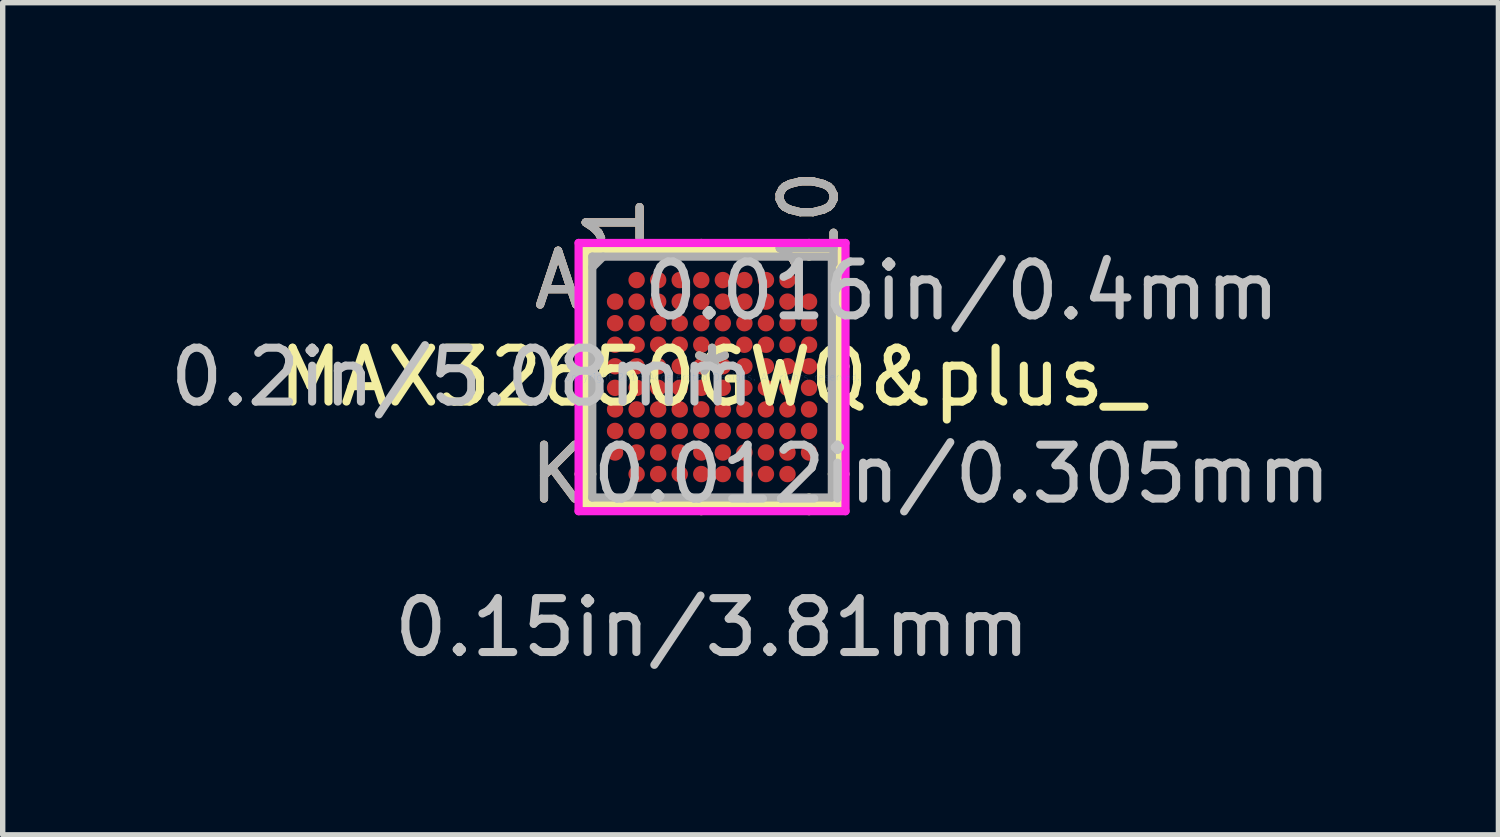
<source format=kicad_pcb>
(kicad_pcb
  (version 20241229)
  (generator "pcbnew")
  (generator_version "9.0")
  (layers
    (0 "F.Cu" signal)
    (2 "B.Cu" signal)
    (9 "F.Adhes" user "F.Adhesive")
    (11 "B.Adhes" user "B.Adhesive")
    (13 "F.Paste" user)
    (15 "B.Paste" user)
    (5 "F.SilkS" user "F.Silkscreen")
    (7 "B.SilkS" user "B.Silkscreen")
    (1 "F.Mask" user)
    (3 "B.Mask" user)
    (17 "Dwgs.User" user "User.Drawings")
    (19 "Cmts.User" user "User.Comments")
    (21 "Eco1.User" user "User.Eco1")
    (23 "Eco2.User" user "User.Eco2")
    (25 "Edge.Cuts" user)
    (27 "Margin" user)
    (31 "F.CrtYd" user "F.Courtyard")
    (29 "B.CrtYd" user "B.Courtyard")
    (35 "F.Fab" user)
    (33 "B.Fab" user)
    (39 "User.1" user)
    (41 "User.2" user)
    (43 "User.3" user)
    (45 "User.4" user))
  (footprint "MAX32650GWQ&plus_"
    (layer "F.Cu")
    (at 10.165 3.948)
    (property "Reference" "MAX32650GWQ&plus_" (at 0 0 0) (layer "F.SilkS") (effects (font (size 1 1) (thickness 0.15))))
    (attr through_hole)
    (fp_line (start -2.349 -2.362) (end -2.349 2.362) (stroke (width 0.152) (type solid)) (layer "F.SilkS"))
    (fp_line (start -2.349 2.362) (end 2.349 2.362) (stroke (width 0.152) (type solid)) (layer "F.SilkS"))
    (fp_line (start -2.285 -0.2) (end -2.477 -0.2) (stroke (width 0.152) (type solid)) (layer "F.SilkS"))
    (fp_line (start -2.223 1.8) (end -2.477 1.8) (stroke (width 0.152) (type solid)) (layer "F.SilkS"))
    (fp_line (start -0.2 -2.285) (end -0.2 -2.489) (stroke (width 0.152) (type solid)) (layer "F.SilkS"))
    (fp_line (start -0.2 2.285) (end -0.2 2.489) (stroke (width 0.152) (type solid)) (layer "F.SilkS"))
    (fp_line (start 1.8 -2.235) (end 1.8 -2.489) (stroke (width 0.152) (type solid)) (layer "F.SilkS"))
    (fp_line (start 1.8 2.235) (end 1.8 2.489) (stroke (width 0.152) (type solid)) (layer "F.SilkS"))
    (fp_line (start 2.223 1.8) (end 2.477 1.8) (stroke (width 0.152) (type solid)) (layer "F.SilkS"))
    (fp_line (start 2.285 -0.2) (end 2.477 -0.2) (stroke (width 0.152) (type solid)) (layer "F.SilkS"))
    (fp_line (start 2.349 -2.362) (end -2.349 -2.362) (stroke (width 0.152) (type solid)) (layer "F.SilkS"))
    (fp_line (start 2.349 2.362) (end 2.349 -2.362) (stroke (width 0.152) (type solid)) (layer "F.SilkS"))
    (fp_line (start -2.477 -2.489) (end 2.477 -2.489) (stroke (width 0.152) (type solid)) (layer "F.CrtYd"))
    (fp_line (start -2.477 2.489) (end -2.477 -2.489) (stroke (width 0.152) (type solid)) (layer "F.CrtYd"))
    (fp_line (start 2.477 -2.489) (end 2.477 2.489) (stroke (width 0.152) (type solid)) (layer "F.CrtYd"))
    (fp_line (start 2.477 2.489) (end -2.477 2.489) (stroke (width 0.152) (type solid)) (layer "F.CrtYd"))
    (fp_line (start -2.223 -2.235) (end -2.223 2.235) (stroke (width 0.152) (type solid)) (layer "F.Fab"))
    (fp_line (start -2.223 2.235) (end 2.223 2.235) (stroke (width 0.152) (type solid)) (layer "F.Fab"))
    (fp_line (start -2.022 -2.235) (end -2.223 -2.035) (stroke (width 0.152) (type solid)) (layer "F.Fab"))
    (fp_line (start 2.223 -2.235) (end -2.223 -2.235) (stroke (width 0.152) (type solid)) (layer "F.Fab"))
    (fp_line (start 2.223 2.235) (end 2.223 -2.235) (stroke (width 0.152) (type solid)) (layer "F.Fab"))
    (fp_text user "K" (at -2.857 1.8 0) (layer "F.SilkS") (effects (font (size 1 1) (thickness 0.15))))
    (fp_text user "10" (at 1.8 -2.87 90) (layer "F.SilkS") (effects (font (size 1 1) (thickness 0.15))))
    (fp_text user "A" (at -2.857 -1.8 0) (layer "F.SilkS") (effects (font (size 1 1) (thickness 0.15))))
    (fp_text user "*" (at 0 0 0) (layer "F.SilkS") (effects (font (size 1 1) (thickness 0.15))))
    (fp_text user "1" (at -1.8 -2.87 90) (layer "F.SilkS") (effects (font (size 1 1) (thickness 0.15))))
    (fp_text user "K" (at -2.857 1.8 0) (layer "B.SilkS") (effects (font (size 1 1) (thickness 0.15))))
    (fp_text user "1" (at -1.8 -2.87 90) (layer "B.SilkS") (effects (font (size 1 1) (thickness 0.15))))
    (fp_text user "10" (at 1.8 -2.87 90) (layer "B.SilkS") (effects (font (size 1 1) (thickness 0.15))))
    (fp_text user "A" (at -2.857 -1.8 0) (layer "B.SilkS") (effects (font (size 1 1) (thickness 0.15))))
    (fp_text user "0.012in/0.305mm" (at 4.636 1.8 0) (layer "Dwgs.User") (effects (font (size 1 1) (thickness 0.15))))
    (fp_text user "0.2in/5.08mm" (at -4.636 0 0) (layer "Dwgs.User") (effects (font (size 1 1) (thickness 0.15))))
    (fp_text user "0.016in/0.4mm" (at 4.636 -1.6 0) (layer "Dwgs.User") (effects (font (size 1 1) (thickness 0.15))))
    (fp_text user "0.15in/3.81mm" (at 0 4.648 0) (layer "Dwgs.User") (effects (font (size 1 1) (thickness 0.15))))
    (fp_text user "Copyright 2016 Accelerated Designs. All rights reserved." (at 0 0 0) (layer "Cmts.User") (effects (font (size 0.127 0.127) (thickness 0.002))))
    (fp_text user "K" (at -2.857 1.8 0) (layer "F.Fab") (effects (font (size 1 1) (thickness 0.15))))
    (fp_text user "1" (at -1.8 -2.87 90) (layer "F.Fab") (effects (font (size 1 1) (thickness 0.15))))
    (fp_text user "A" (at -2.857 -1.8 0) (layer "F.Fab") (effects (font (size 1 1) (thickness 0.15))))
    (fp_text user "*" (at 0 0 0) (layer "F.Fab") (effects (font (size 1 1) (thickness 0.15))))
    (fp_text user "10" (at 1.8 -2.87 90) (layer "F.Fab") (effects (font (size 1 1) (thickness 0.15))))
    (pad "A2" smd circle (at -1.4 -1.8) (size 0.305 0.305) (layers "F.Cu" "F.Mask" "F.Paste"))
    (pad "A3" smd circle (at -1 -1.8) (size 0.305 0.305) (layers "F.Cu" "F.Mask" "F.Paste"))
    (pad "A4" smd circle (at -0.6 -1.8) (size 0.305 0.305) (layers "F.Cu" "F.Mask" "F.Paste"))
    (pad "A5" smd circle (at -0.2 -1.8) (size 0.305 0.305) (layers "F.Cu" "F.Mask" "F.Paste"))
    (pad "A6" smd circle (at 0.2 -1.8) (size 0.305 0.305) (layers "F.Cu" "F.Mask" "F.Paste"))
    (pad "A7" smd circle (at 0.6 -1.8) (size 0.305 0.305) (layers "F.Cu" "F.Mask" "F.Paste"))
    (pad "A8" smd circle (at 1 -1.8) (size 0.305 0.305) (layers "F.Cu" "F.Mask" "F.Paste"))
    (pad "A9" smd circle (at 1.4 -1.8) (size 0.305 0.305) (layers "F.Cu" "F.Mask" "F.Paste"))
    (pad "B1" smd circle (at -1.8 -1.4) (size 0.305 0.305) (layers "F.Cu" "F.Mask" "F.Paste"))
    (pad "B2" smd circle (at -1.4 -1.4) (size 0.305 0.305) (layers "F.Cu" "F.Mask" "F.Paste"))
    (pad "B3" smd circle (at -1 -1.4) (size 0.305 0.305) (layers "F.Cu" "F.Mask" "F.Paste"))
    (pad "B4" smd circle (at -0.6 -1.4) (size 0.305 0.305) (layers "F.Cu" "F.Mask" "F.Paste"))
    (pad "B5" smd circle (at -0.2 -1.4) (size 0.305 0.305) (layers "F.Cu" "F.Mask" "F.Paste"))
    (pad "B6" smd circle (at 0.2 -1.4) (size 0.305 0.305) (layers "F.Cu" "F.Mask" "F.Paste"))
    (pad "B7" smd circle (at 0.6 -1.4) (size 0.305 0.305) (layers "F.Cu" "F.Mask" "F.Paste"))
    (pad "B8" smd circle (at 1 -1.4) (size 0.305 0.305) (layers "F.Cu" "F.Mask" "F.Paste"))
    (pad "B9" smd circle (at 1.4 -1.4) (size 0.305 0.305) (layers "F.Cu" "F.Mask" "F.Paste"))
    (pad "B10" smd circle (at 1.8 -1.4) (size 0.305 0.305) (layers "F.Cu" "F.Mask" "F.Paste"))
    (pad "C1" smd circle (at -1.8 -1) (size 0.305 0.305) (layers "F.Cu" "F.Mask" "F.Paste"))
    (pad "C2" smd circle (at -1.4 -1) (size 0.305 0.305) (layers "F.Cu" "F.Mask" "F.Paste"))
    (pad "C3" smd circle (at -1 -1) (size 0.305 0.305) (layers "F.Cu" "F.Mask" "F.Paste"))
    (pad "C4" smd circle (at -0.6 -1) (size 0.305 0.305) (layers "F.Cu" "F.Mask" "F.Paste"))
    (pad "C5" smd circle (at -0.2 -1) (size 0.305 0.305) (layers "F.Cu" "F.Mask" "F.Paste"))
    (pad "C6" smd circle (at 0.2 -1) (size 0.305 0.305) (layers "F.Cu" "F.Mask" "F.Paste"))
    (pad "C7" smd circle (at 0.6 -1) (size 0.305 0.305) (layers "F.Cu" "F.Mask" "F.Paste"))
    (pad "C8" smd circle (at 1 -1) (size 0.305 0.305) (layers "F.Cu" "F.Mask" "F.Paste"))
    (pad "C9" smd circle (at 1.4 -1) (size 0.305 0.305) (layers "F.Cu" "F.Mask" "F.Paste"))
    (pad "C10" smd circle (at 1.8 -1) (size 0.305 0.305) (layers "F.Cu" "F.Mask" "F.Paste"))
    (pad "D1" smd circle (at -1.8 -0.6) (size 0.305 0.305) (layers "F.Cu" "F.Mask" "F.Paste"))
    (pad "D2" smd circle (at -1.4 -0.6) (size 0.305 0.305) (layers "F.Cu" "F.Mask" "F.Paste"))
    (pad "D3" smd circle (at -1 -0.6) (size 0.305 0.305) (layers "F.Cu" "F.Mask" "F.Paste"))
    (pad "D4" smd circle (at -0.6 -0.6) (size 0.305 0.305) (layers "F.Cu" "F.Mask" "F.Paste"))
    (pad "D5" smd circle (at -0.2 -0.6) (size 0.305 0.305) (layers "F.Cu" "F.Mask" "F.Paste"))
    (pad "D6" smd circle (at 0.2 -0.6) (size 0.305 0.305) (layers "F.Cu" "F.Mask" "F.Paste"))
    (pad "D7" smd circle (at 0.6 -0.6) (size 0.305 0.305) (layers "F.Cu" "F.Mask" "F.Paste"))
    (pad "D8" smd circle (at 1 -0.6) (size 0.305 0.305) (layers "F.Cu" "F.Mask" "F.Paste"))
    (pad "D9" smd circle (at 1.4 -0.6) (size 0.305 0.305) (layers "F.Cu" "F.Mask" "F.Paste"))
    (pad "D10" smd circle (at 1.8 -0.6) (size 0.305 0.305) (layers "F.Cu" "F.Mask" "F.Paste"))
    (pad "E1" smd circle (at -1.8 -0.2) (size 0.305 0.305) (layers "F.Cu" "F.Mask" "F.Paste"))
    (pad "E2" smd circle (at -1.4 -0.2) (size 0.305 0.305) (layers "F.Cu" "F.Mask" "F.Paste"))
    (pad "E3" smd circle (at -1 -0.2) (size 0.305 0.305) (layers "F.Cu" "F.Mask" "F.Paste"))
    (pad "E4" smd circle (at -0.6 -0.2) (size 0.305 0.305) (layers "F.Cu" "F.Mask" "F.Paste"))
    (pad "E5" smd circle (at -0.2 -0.2) (size 0.305 0.305) (layers "F.Cu" "F.Mask" "F.Paste"))
    (pad "E6" smd circle (at 0.2 -0.2) (size 0.305 0.305) (layers "F.Cu" "F.Mask" "F.Paste"))
    (pad "E7" smd circle (at 0.6 -0.2) (size 0.305 0.305) (layers "F.Cu" "F.Mask" "F.Paste"))
    (pad "E8" smd circle (at 1 -0.2) (size 0.305 0.305) (layers "F.Cu" "F.Mask" "F.Paste"))
    (pad "E9" smd circle (at 1.4 -0.2) (size 0.305 0.305) (layers "F.Cu" "F.Mask" "F.Paste"))
    (pad "E10" smd circle (at 1.8 -0.2) (size 0.305 0.305) (layers "F.Cu" "F.Mask" "F.Paste"))
    (pad "F1" smd circle (at -1.8 0.2) (size 0.305 0.305) (layers "F.Cu" "F.Mask" "F.Paste"))
    (pad "F2" smd circle (at -1.4 0.2) (size 0.305 0.305) (layers "F.Cu" "F.Mask" "F.Paste"))
    (pad "F3" smd circle (at -1 0.2) (size 0.305 0.305) (layers "F.Cu" "F.Mask" "F.Paste"))
    (pad "F4" smd circle (at -0.6 0.2) (size 0.305 0.305) (layers "F.Cu" "F.Mask" "F.Paste"))
    (pad "F5" smd circle (at -0.2 0.2) (size 0.305 0.305) (layers "F.Cu" "F.Mask" "F.Paste"))
    (pad "F6" smd circle (at 0.2 0.2) (size 0.305 0.305) (layers "F.Cu" "F.Mask" "F.Paste"))
    (pad "F7" smd circle (at 0.6 0.2) (size 0.305 0.305) (layers "F.Cu" "F.Mask" "F.Paste"))
    (pad "F8" smd circle (at 1 0.2) (size 0.305 0.305) (layers "F.Cu" "F.Mask" "F.Paste"))
    (pad "F9" smd circle (at 1.4 0.2) (size 0.305 0.305) (layers "F.Cu" "F.Mask" "F.Paste"))
    (pad "F10" smd circle (at 1.8 0.2) (size 0.305 0.305) (layers "F.Cu" "F.Mask" "F.Paste"))
    (pad "G1" smd circle (at -1.8 0.6) (size 0.305 0.305) (layers "F.Cu" "F.Mask" "F.Paste"))
    (pad "G2" smd circle (at -1.4 0.6) (size 0.305 0.305) (layers "F.Cu" "F.Mask" "F.Paste"))
    (pad "G3" smd circle (at -1 0.6) (size 0.305 0.305) (layers "F.Cu" "F.Mask" "F.Paste"))
    (pad "G4" smd circle (at -0.6 0.6) (size 0.305 0.305) (layers "F.Cu" "F.Mask" "F.Paste"))
    (pad "G5" smd circle (at -0.2 0.6) (size 0.305 0.305) (layers "F.Cu" "F.Mask" "F.Paste"))
    (pad "G6" smd circle (at 0.2 0.6) (size 0.305 0.305) (layers "F.Cu" "F.Mask" "F.Paste"))
    (pad "G7" smd circle (at 0.6 0.6) (size 0.305 0.305) (layers "F.Cu" "F.Mask" "F.Paste"))
    (pad "G8" smd circle (at 1 0.6) (size 0.305 0.305) (layers "F.Cu" "F.Mask" "F.Paste"))
    (pad "G9" smd circle (at 1.4 0.6) (size 0.305 0.305) (layers "F.Cu" "F.Mask" "F.Paste"))
    (pad "G10" smd circle (at 1.8 0.6) (size 0.305 0.305) (layers "F.Cu" "F.Mask" "F.Paste"))
    (pad "H1" smd circle (at -1.8 1) (size 0.305 0.305) (layers "F.Cu" "F.Mask" "F.Paste"))
    (pad "H2" smd circle (at -1.4 1) (size 0.305 0.305) (layers "F.Cu" "F.Mask" "F.Paste"))
    (pad "H3" smd circle (at -1 1) (size 0.305 0.305) (layers "F.Cu" "F.Mask" "F.Paste"))
    (pad "H4" smd circle (at -0.6 1) (size 0.305 0.305) (layers "F.Cu" "F.Mask" "F.Paste"))
    (pad "H5" smd circle (at -0.2 1) (size 0.305 0.305) (layers "F.Cu" "F.Mask" "F.Paste"))
    (pad "H6" smd circle (at 0.2 1) (size 0.305 0.305) (layers "F.Cu" "F.Mask" "F.Paste"))
    (pad "H7" smd circle (at 0.6 1) (size 0.305 0.305) (layers "F.Cu" "F.Mask" "F.Paste"))
    (pad "H8" smd circle (at 1 1) (size 0.305 0.305) (layers "F.Cu" "F.Mask" "F.Paste"))
    (pad "H9" smd circle (at 1.4 1) (size 0.305 0.305) (layers "F.Cu" "F.Mask" "F.Paste"))
    (pad "H10" smd circle (at 1.8 1) (size 0.305 0.305) (layers "F.Cu" "F.Mask" "F.Paste"))
    (pad "J1" smd circle (at -1.8 1.4) (size 0.305 0.305) (layers "F.Cu" "F.Mask" "F.Paste"))
    (pad "J2" smd circle (at -1.4 1.4) (size 0.305 0.305) (layers "F.Cu" "F.Mask" "F.Paste"))
    (pad "J3" smd circle (at -1 1.4) (size 0.305 0.305) (layers "F.Cu" "F.Mask" "F.Paste"))
    (pad "J4" smd circle (at -0.6 1.4) (size 0.305 0.305) (layers "F.Cu" "F.Mask" "F.Paste"))
    (pad "J5" smd circle (at -0.2 1.4) (size 0.305 0.305) (layers "F.Cu" "F.Mask" "F.Paste"))
    (pad "J6" smd circle (at 0.2 1.4) (size 0.305 0.305) (layers "F.Cu" "F.Mask" "F.Paste"))
    (pad "J7" smd circle (at 0.6 1.4) (size 0.305 0.305) (layers "F.Cu" "F.Mask" "F.Paste"))
    (pad "J8" smd circle (at 1 1.4) (size 0.305 0.305) (layers "F.Cu" "F.Mask" "F.Paste"))
    (pad "J9" smd circle (at 1.4 1.4) (size 0.305 0.305) (layers "F.Cu" "F.Mask" "F.Paste"))
    (pad "J10" smd circle (at 1.8 1.4) (size 0.305 0.305) (layers "F.Cu" "F.Mask" "F.Paste"))
    (pad "K2" smd circle (at -1.4 1.8) (size 0.305 0.305) (layers "F.Cu" "F.Mask" "F.Paste"))
    (pad "K3" smd circle (at -1 1.8) (size 0.305 0.305) (layers "F.Cu" "F.Mask" "F.Paste"))
    (pad "K4" smd circle (at -0.6 1.8) (size 0.305 0.305) (layers "F.Cu" "F.Mask" "F.Paste"))
    (pad "K5" smd circle (at -0.2 1.8) (size 0.305 0.305) (layers "F.Cu" "F.Mask" "F.Paste"))
    (pad "K6" smd circle (at 0.2 1.8) (size 0.305 0.305) (layers "F.Cu" "F.Mask" "F.Paste"))
    (pad "K7" smd circle (at 0.6 1.8) (size 0.305 0.305) (layers "F.Cu" "F.Mask" "F.Paste"))
    (pad "K8" smd circle (at 1 1.8) (size 0.305 0.305) (layers "F.Cu" "F.Mask" "F.Paste"))
    (pad "K9" smd circle (at 1.4 1.8) (size 0.305 0.305) (layers "F.Cu" "F.Mask" "F.Paste")))
  (gr_rect
    (start -3 -3)
    (end 24.759 12.444)
    (stroke (width 0.1) (type default))
    (fill no)
    (layer "Edge.Cuts")))
</source>
